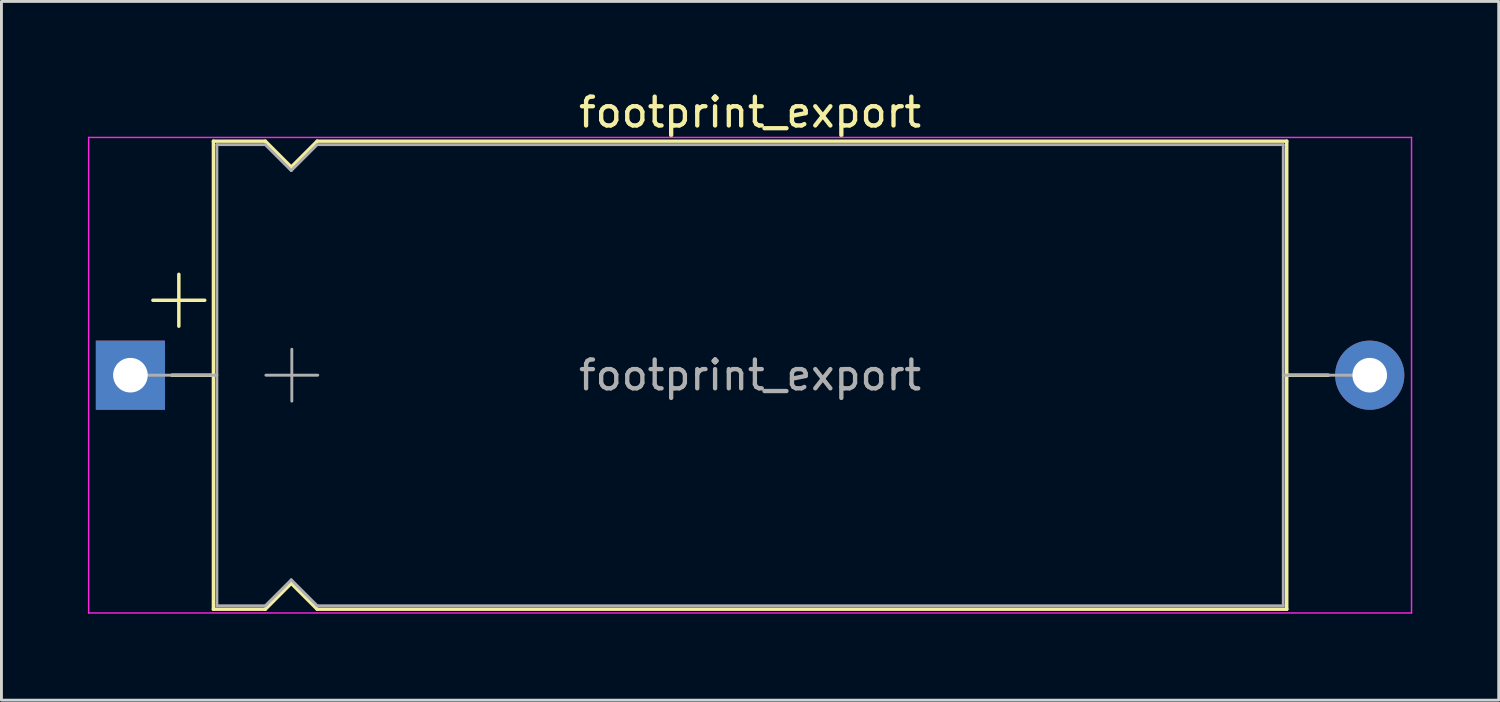
<source format=kicad_pcb>
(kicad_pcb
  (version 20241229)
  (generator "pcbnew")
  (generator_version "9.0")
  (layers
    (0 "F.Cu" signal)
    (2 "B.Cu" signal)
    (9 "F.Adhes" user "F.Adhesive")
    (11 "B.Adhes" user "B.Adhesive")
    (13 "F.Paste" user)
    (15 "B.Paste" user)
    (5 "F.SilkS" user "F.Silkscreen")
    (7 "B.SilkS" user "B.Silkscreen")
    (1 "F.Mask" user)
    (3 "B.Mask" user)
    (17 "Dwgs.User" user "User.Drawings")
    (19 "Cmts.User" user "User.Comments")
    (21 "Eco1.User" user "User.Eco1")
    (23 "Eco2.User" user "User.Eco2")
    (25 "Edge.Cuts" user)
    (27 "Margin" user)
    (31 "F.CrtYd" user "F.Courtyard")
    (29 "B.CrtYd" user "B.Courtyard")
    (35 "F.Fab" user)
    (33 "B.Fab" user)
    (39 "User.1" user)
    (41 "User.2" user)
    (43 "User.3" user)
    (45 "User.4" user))
  (footprint "footprint_export"
    (layer "F.Cu")
    (at 1.475 9.968)
    (property "Reference" "footprint_export" (at 21.5 -9.12 0) (layer "F.SilkS") (effects (font (size 1 1) (thickness 0.15))))
    (attr through_hole)
    (fp_line (start 0.78 -2.6) (end 2.58 -2.6) (stroke (width 0.12) (type solid)) (layer "F.SilkS"))
    (fp_line (start 1.44 0) (end 2.88 0) (stroke (width 0.12) (type solid)) (layer "F.SilkS"))
    (fp_line (start 1.68 -3.5) (end 1.68 -1.7) (stroke (width 0.12) (type solid)) (layer "F.SilkS"))
    (fp_line (start 2.88 -8.12) (end 2.88 8.12) (stroke (width 0.12) (type solid)) (layer "F.SilkS"))
    (fp_line (start 2.88 -8.12) (end 4.68 -8.12) (stroke (width 0.12) (type solid)) (layer "F.SilkS"))
    (fp_line (start 2.88 8.12) (end 4.68 8.12) (stroke (width 0.12) (type solid)) (layer "F.SilkS"))
    (fp_line (start 4.68 -8.12) (end 5.58 -7.22) (stroke (width 0.12) (type solid)) (layer "F.SilkS"))
    (fp_line (start 4.68 8.12) (end 5.58 7.22) (stroke (width 0.12) (type solid)) (layer "F.SilkS"))
    (fp_line (start 5.58 -7.22) (end 6.48 -8.12) (stroke (width 0.12) (type solid)) (layer "F.SilkS"))
    (fp_line (start 5.58 7.22) (end 6.48 8.12) (stroke (width 0.12) (type solid)) (layer "F.SilkS"))
    (fp_line (start 6.48 -8.12) (end 40.12 -8.12) (stroke (width 0.12) (type solid)) (layer "F.SilkS"))
    (fp_line (start 6.48 8.12) (end 40.12 8.12) (stroke (width 0.12) (type solid)) (layer "F.SilkS"))
    (fp_line (start 40.12 -8.12) (end 40.12 8.12) (stroke (width 0.12) (type solid)) (layer "F.SilkS"))
    (fp_line (start 41.56 0) (end 40.12 0) (stroke (width 0.12) (type solid)) (layer "F.SilkS"))
    (fp_line (start -1.45 -8.25) (end -1.45 8.25) (stroke (width 0.05) (type solid)) (layer "F.CrtYd"))
    (fp_line (start -1.45 8.25) (end 44.45 8.25) (stroke (width 0.05) (type solid)) (layer "F.CrtYd"))
    (fp_line (start 44.45 -8.25) (end -1.45 -8.25) (stroke (width 0.05) (type solid)) (layer "F.CrtYd"))
    (fp_line (start 44.45 8.25) (end 44.45 -8.25) (stroke (width 0.05) (type solid)) (layer "F.CrtYd"))
    (fp_line (start 0 0) (end 3 0) (stroke (width 0.1) (type solid)) (layer "F.Fab"))
    (fp_line (start 3 -8) (end 3 8) (stroke (width 0.1) (type solid)) (layer "F.Fab"))
    (fp_line (start 3 -8) (end 4.68 -8) (stroke (width 0.1) (type solid)) (layer "F.Fab"))
    (fp_line (start 3 8) (end 4.68 8) (stroke (width 0.1) (type solid)) (layer "F.Fab"))
    (fp_line (start 4.68 -8) (end 5.58 -7.1) (stroke (width 0.1) (type solid)) (layer "F.Fab"))
    (fp_line (start 4.68 8) (end 5.58 7.1) (stroke (width 0.1) (type solid)) (layer "F.Fab"))
    (fp_line (start 4.7 0) (end 6.5 0) (stroke (width 0.1) (type solid)) (layer "F.Fab"))
    (fp_line (start 5.58 -7.1) (end 6.48 -8) (stroke (width 0.1) (type solid)) (layer "F.Fab"))
    (fp_line (start 5.58 7.1) (end 6.48 8) (stroke (width 0.1) (type solid)) (layer "F.Fab"))
    (fp_line (start 5.6 -0.9) (end 5.6 0.9) (stroke (width 0.1) (type solid)) (layer "F.Fab"))
    (fp_line (start 6.48 -8) (end 40 -8) (stroke (width 0.1) (type solid)) (layer "F.Fab"))
    (fp_line (start 6.48 8) (end 40 8) (stroke (width 0.1) (type solid)) (layer "F.Fab"))
    (fp_line (start 40 -8) (end 40 8) (stroke (width 0.1) (type solid)) (layer "F.Fab"))
    (fp_line (start 43 0) (end 40 0) (stroke (width 0.1) (type solid)) (layer "F.Fab"))
    (fp_text user "${REFERENCE}" (at 21.5 0 0) (layer "F.Fab") (effects (font (size 1 1) (thickness 0.15))))
    (pad "1" thru_hole rect (at 0 0) (size 2.4 2.4) (drill 1.2) (layers "*.Cu" "*.Mask"))
    (pad "2" thru_hole oval (at 43 0) (size 2.4 2.4) (drill 1.2) (layers "*.Cu" "*.Mask")))
  (gr_rect
    (start -3 -3)
    (end 48.95 21.243)
    (stroke (width 0.1) (type default))
    (fill no)
    (layer "Edge.Cuts")))
</source>
